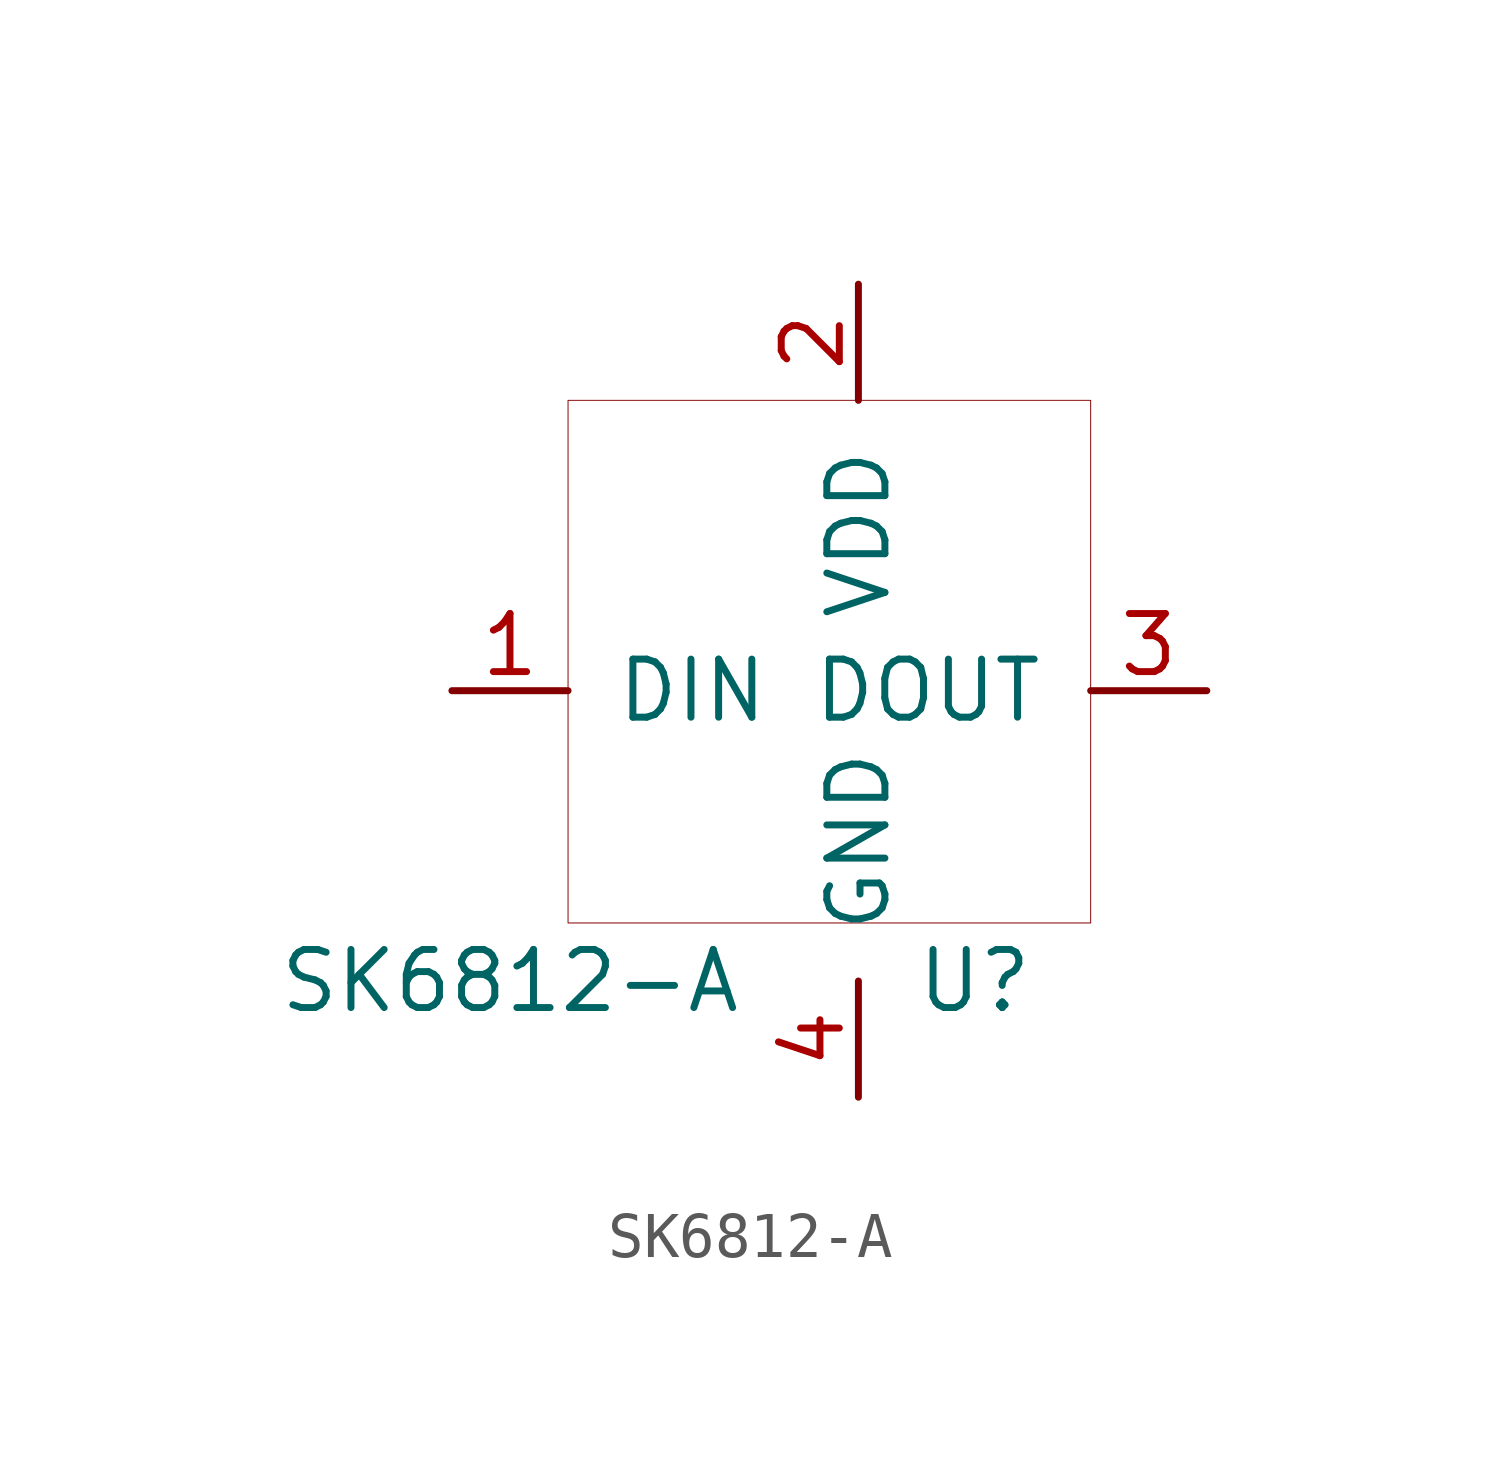
<source format=kicad_sym>
(kicad_symbol_lib
  (version 20200827)
  (generator kicad_symbol_editor)
  (symbol "SK6812-SideA:SK6812-A"
    (pin_names
      (offset 1.016))
    (property "Reference" "U"
      (at 2.54 -7.62 0)
      (effects (font (size 1.27 1.27))))
    (property "Value" "SK6812-A"
      (at -7.62 -7.62 0)
      (effects (font (size 1.27 1.27))))
    (symbol "SK6812-A_0_1"
      (rectangle (start -6.35 5.08) (end 5.08 -6.35) (stroke (width 0.001)) (fill (type none))))
    (symbol "SK6812-A_1_1"
      (pin input line (at -8.89 -1.27 0) (length 2.54) (name "DIN" (effects (font (size 1.27 1.27)))) (number "1" (effects (font (size 1.27 1.27)))))
      (pin power_in line (at 0 7.62 270) (length 2.54) (name "VDD" (effects (font (size 1.27 1.27)))) (number "2" (effects (font (size 1.27 1.27)))))
      (pin power_in line (at 0 -10.16 90) (length 2.54) (name "GND" (effects (font (size 1.27 1.27)))) (number "4" (effects (font (size 1.27 1.27)))))
      (pin output line (at 7.62 -1.27 180) (length 2.54) (name "DOUT" (effects (font (size 1.27 1.27)))) (number "3" (effects (font (size 1.27 1.27))))))))
</source>
